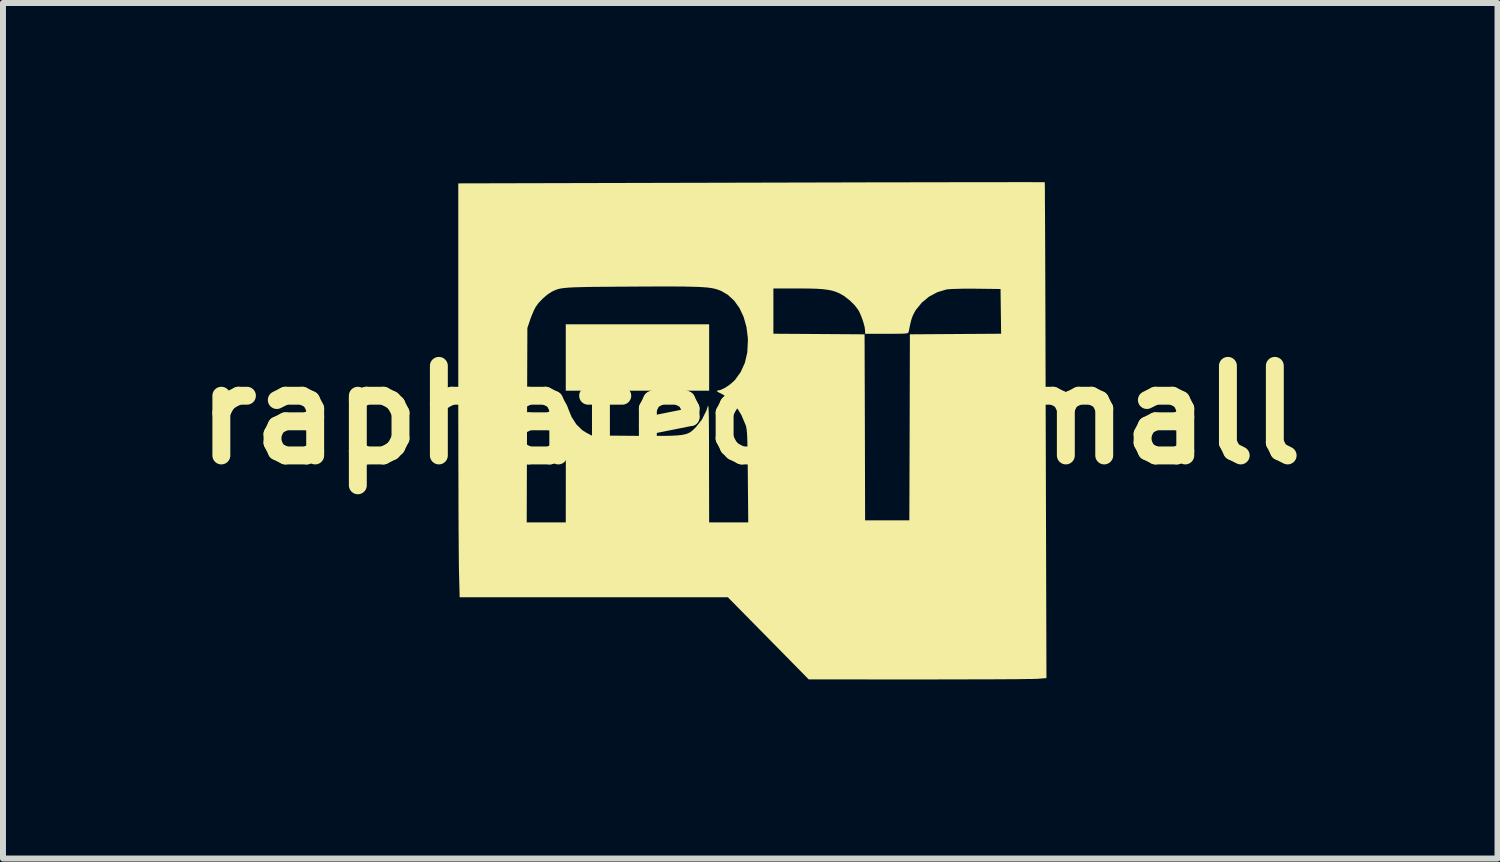
<source format=kicad_pcb>
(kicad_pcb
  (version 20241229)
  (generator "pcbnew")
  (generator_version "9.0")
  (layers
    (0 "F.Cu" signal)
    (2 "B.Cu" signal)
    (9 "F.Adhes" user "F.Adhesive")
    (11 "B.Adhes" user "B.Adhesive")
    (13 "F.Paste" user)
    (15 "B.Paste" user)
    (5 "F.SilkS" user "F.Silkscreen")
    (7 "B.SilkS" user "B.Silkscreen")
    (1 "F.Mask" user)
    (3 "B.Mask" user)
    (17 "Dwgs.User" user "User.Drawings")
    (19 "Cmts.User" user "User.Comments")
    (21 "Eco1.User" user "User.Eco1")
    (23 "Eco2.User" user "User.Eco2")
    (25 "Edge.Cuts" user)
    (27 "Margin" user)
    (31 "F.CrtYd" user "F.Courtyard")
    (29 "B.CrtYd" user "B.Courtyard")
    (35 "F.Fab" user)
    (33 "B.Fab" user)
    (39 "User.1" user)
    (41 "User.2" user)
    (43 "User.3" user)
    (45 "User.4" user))
  (footprint "raphatech small"
    (layer "F.Cu")
    (at 9.514 3.899)
    (property "Reference" "raphatech small" (at 0 0 0) (layer "F.SilkS") (effects (font (size 1.5 1.5) (thickness 0.3))))
    (attr board_only exclude_from_pos_files exclude_from_bom)
    (fp_poly (pts (xy -0.688 -0.962) (xy -0.688 -0.406) (xy -1.889 -0.406) (xy -3.089 -0.406) (xy -3.089 -0.962) (xy -3.089 -1.518) (xy -1.889 -1.518) (xy -0.688 -1.518)) (stroke (width 0) (type solid)) (fill yes) (layer "F.SilkS"))
    (fp_poly (pts (xy 4.74 -3.898) (xy 4.836 -3.898) (xy 4.9 -3.898) (xy 4.93 -3.898) (xy 4.933 -3.897) (xy 4.933 -3.88) (xy 4.934 -3.828) (xy 4.935 -3.744) (xy 4.935 -3.63) (xy 4.936 -3.486) (xy 4.937 -3.315) (xy 4.938 -3.117) (xy 4.939 -2.896) (xy 4.94 -2.651) (xy 4.941 -2.385) (xy 4.942 -2.099) (xy 4.943 -1.794) (xy 4.944 -1.473) (xy 4.945 -1.137) (xy 4.946 -0.787) (xy 4.947 -0.425) (xy 4.948 -0.052) (xy 4.949 0.258) (xy 4.961 4.407) (xy 4.815 4.419) (xy 4.777 4.42) (xy 4.707 4.422) (xy 4.606 4.423) (xy 4.478 4.425) (xy 4.325 4.426) (xy 4.149 4.427) (xy 3.953 4.428) (xy 3.74 4.428) (xy 3.512 4.429) (xy 3.272 4.429) (xy 3.022 4.43) (xy 2.824 4.43) (xy 0.98 4.429) (xy 0.303 3.741) (xy -0.374 3.054) (xy -2.62 3.054) (xy -4.866 3.054) (xy -4.878 2.59) (xy -4.879 2.522) (xy -4.88 2.42) (xy -4.881 2.287) (xy -4.882 2.126) (xy -4.884 1.938) (xy -4.884 1.8) (xy -3.743 1.8) (xy -3.416 1.8) (xy -3.089 1.8) (xy -3.088 0.79) (xy -3.088 0.576) (xy -3.087 0.395) (xy -3.087 0.244) (xy -3.086 0.122) (xy -3.085 0.025) (xy -3.084 -0.049) (xy -3.082 -0.102) (xy -3.079 -0.137) (xy -3.076 -0.156) (xy -3.072 -0.161) (xy -3.067 -0.156) (xy -3.062 -0.141) (xy -3.056 -0.124) (xy -2.992 0.033) (xy -2.911 0.159) (xy -2.814 0.254) (xy -2.748 0.296) (xy -2.656 0.344) (xy -1.927 0.35) (xy -1.73 0.351) (xy -1.564 0.351) (xy -1.427 0.351) (xy -1.315 0.348) (xy -1.224 0.343) (xy -1.152 0.336) (xy -1.095 0.325) (xy -1.049 0.311) (xy -1.011 0.293) (xy -0.978 0.269) (xy -0.946 0.241) (xy -0.912 0.207) (xy -0.911 0.206) (xy -0.809 0.078) (xy -0.735 -0.07) (xy -0.712 -0.141) (xy -0.708 -0.153) (xy -0.704 -0.151) (xy -0.7 -0.131) (xy -0.698 -0.094) (xy -0.695 -0.035) (xy -0.693 0.047) (xy -0.692 0.154) (xy -0.691 0.289) (xy -0.69 0.453) (xy -0.69 0.65) (xy -0.69 0.79) (xy -0.688 1.8) (xy -0.361 1.8) (xy -0.033 1.8) (xy -0.04 1.028) (xy -0.042 0.837) (xy -0.044 0.678) (xy -0.046 0.547) (xy -0.048 0.442) (xy -0.051 0.359) (xy -0.055 0.295) (xy -0.06 0.247) (xy -0.065 0.21) (xy -0.072 0.183) (xy -0.075 0.174) (xy -0.148 0.001) (xy -0.237 -0.144) (xy -0.34 -0.258) (xy -0.458 -0.342) (xy -0.485 -0.356) (xy -0.533 -0.38) (xy -0.559 -0.398) (xy -0.557 -0.406) (xy -0.556 -0.406) (xy -0.495 -0.419) (xy -0.422 -0.454) (xy -0.345 -0.505) (xy -0.275 -0.566) (xy -0.257 -0.584) (xy -0.159 -0.719) (xy -0.089 -0.874) (xy -0.049 -1.048) (xy -0.039 -1.242) (xy -0.04 -1.289) (xy -0.063 -1.473) (xy -0.11 -1.64) (xy -0.156 -1.739) (xy 0.388 -1.739) (xy 0.388 -1.36) (xy 1.152 -1.355) (xy 1.915 -1.35) (xy 1.92 0.207) (xy 1.924 1.765) (xy 2.295 1.765) (xy 2.665 1.765) (xy 2.67 0.207) (xy 2.674 -1.35) (xy 3.438 -1.355) (xy 4.202 -1.36) (xy 4.197 -1.734) (xy 4.192 -2.109) (xy 3.788 -2.114) (xy 3.665 -2.115) (xy 3.548 -2.114) (xy 3.444 -2.111) (xy 3.359 -2.108) (xy 3.3 -2.103) (xy 3.285 -2.101) (xy 3.135 -2.056) (xy 2.996 -1.982) (xy 2.874 -1.881) (xy 2.775 -1.76) (xy 2.756 -1.728) (xy 2.73 -1.679) (xy 2.709 -1.629) (xy 2.691 -1.568) (xy 2.673 -1.489) (xy 2.655 -1.399) (xy 2.651 -1.386) (xy 2.644 -1.376) (xy 2.628 -1.368) (xy 2.599 -1.364) (xy 2.553 -1.361) (xy 2.484 -1.36) (xy 2.388 -1.359) (xy 2.285 -1.359) (xy 1.924 -1.359) (xy 1.924 -1.411) (xy 1.916 -1.472) (xy 1.895 -1.552) (xy 1.865 -1.638) (xy 1.831 -1.718) (xy 1.812 -1.754) (xy 1.75 -1.837) (xy 1.666 -1.919) (xy 1.572 -1.992) (xy 1.495 -2.036) (xy 1.436 -2.061) (xy 1.374 -2.081) (xy 1.303 -2.095) (xy 1.219 -2.106) (xy 1.116 -2.113) (xy 0.989 -2.117) (xy 0.833 -2.118) (xy 0.791 -2.118) (xy 0.388 -2.118) (xy 0.388 -1.739) (xy -0.156 -1.739) (xy -0.179 -1.788) (xy -0.268 -1.913) (xy -0.377 -2.013) (xy -0.483 -2.075) (xy -0.52 -2.09) (xy -0.559 -2.104) (xy -0.601 -2.115) (xy -0.651 -2.125) (xy -0.711 -2.133) (xy -0.783 -2.139) (xy -0.871 -2.144) (xy -0.976 -2.147) (xy -1.102 -2.15) (xy -1.251 -2.151) (xy -1.427 -2.151) (xy -1.631 -2.151) (xy -1.866 -2.15) (xy -1.977 -2.149) (xy -2.211 -2.148) (xy -2.413 -2.146) (xy -2.586 -2.145) (xy -2.731 -2.143) (xy -2.852 -2.14) (xy -2.952 -2.137) (xy -3.034 -2.133) (xy -3.1 -2.127) (xy -3.153 -2.121) (xy -3.196 -2.113) (xy -3.232 -2.103) (xy -3.264 -2.091) (xy -3.294 -2.078) (xy -3.325 -2.062) (xy -3.327 -2.061) (xy -3.399 -2.014) (xy -3.476 -1.947) (xy -3.546 -1.874) (xy -3.594 -1.807) (xy -3.623 -1.75) (xy -3.655 -1.675) (xy -3.685 -1.598) (xy -3.686 -1.592) (xy -3.732 -1.456) (xy -3.738 0.172) (xy -3.743 1.8) (xy -4.884 1.8) (xy -4.885 1.726) (xy -4.886 1.492) (xy -4.886 1.238) (xy -4.887 0.966) (xy -4.888 0.679) (xy -4.888 0.379) (xy -4.889 0.067) (xy -4.889 -0.253) (xy -4.889 -0.58) (xy -4.889 -0.875) (xy -4.889 -3.878) (xy 0.02 -3.89) (xy 0.434 -3.891) (xy 0.838 -3.892) (xy 1.232 -3.893) (xy 1.614 -3.894) (xy 1.983 -3.895) (xy 2.336 -3.896) (xy 2.674 -3.896) (xy 2.993 -3.897) (xy 3.293 -3.897) (xy 3.573 -3.898) (xy 3.831 -3.898) (xy 4.065 -3.898) (xy 4.275 -3.898) (xy 4.458 -3.899) (xy 4.613 -3.899)) (stroke (width 0) (type solid)) (fill yes) (layer "F.SilkS")))
  (gr_rect
    (start -3 -3)
    (end 22.029 11.328)
    (stroke (width 0.1) (type default))
    (fill no)
    (layer "Edge.Cuts")))
</source>
